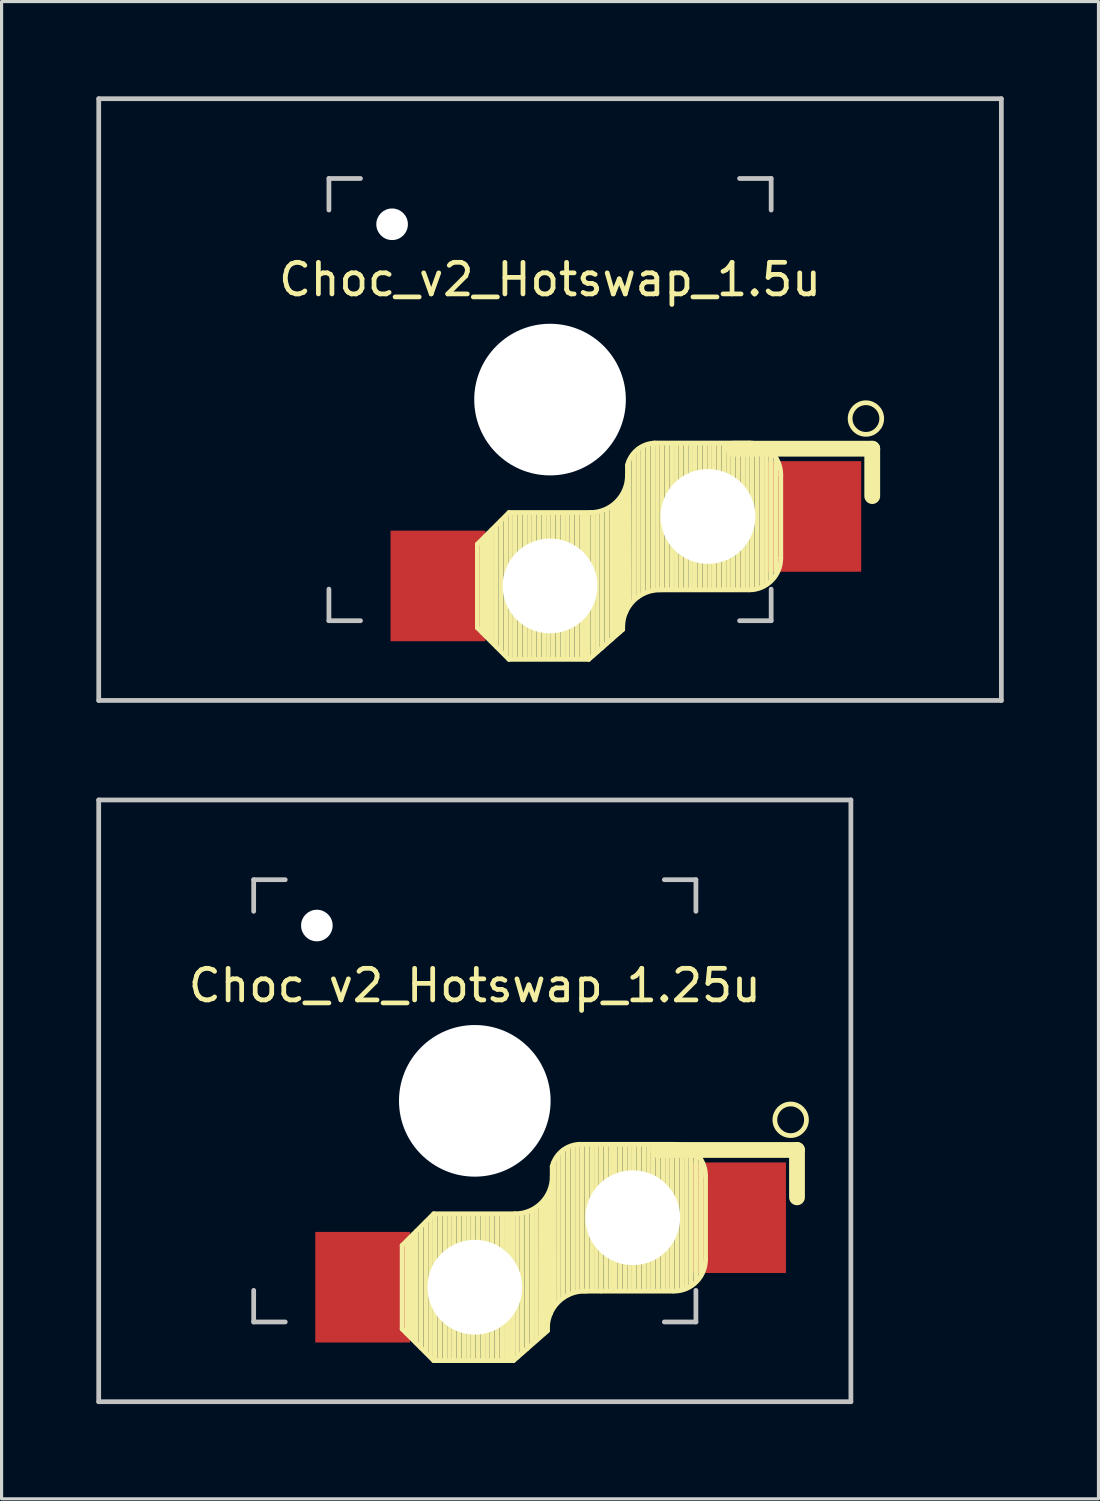
<source format=kicad_pcb>
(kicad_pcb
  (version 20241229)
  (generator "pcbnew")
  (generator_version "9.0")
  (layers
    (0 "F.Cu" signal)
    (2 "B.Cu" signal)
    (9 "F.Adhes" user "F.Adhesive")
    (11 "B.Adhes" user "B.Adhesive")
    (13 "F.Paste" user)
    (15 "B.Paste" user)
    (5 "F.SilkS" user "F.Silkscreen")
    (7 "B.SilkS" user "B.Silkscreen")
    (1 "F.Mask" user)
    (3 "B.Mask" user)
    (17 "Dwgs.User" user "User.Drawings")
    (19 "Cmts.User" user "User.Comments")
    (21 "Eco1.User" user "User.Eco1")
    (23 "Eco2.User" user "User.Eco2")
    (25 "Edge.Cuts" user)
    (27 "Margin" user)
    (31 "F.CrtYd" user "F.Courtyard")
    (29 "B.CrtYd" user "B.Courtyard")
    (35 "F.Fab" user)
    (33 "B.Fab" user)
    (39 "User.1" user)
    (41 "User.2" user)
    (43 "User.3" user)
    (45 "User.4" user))
  (footprint "Choc_v2_Hotswap_1.25u"
    (layer "F.Cu")
    (at 11.981 31.8)
    (property "Reference" "Choc_v2_Hotswap_1.25u" (at 0 -3.65 180) (layer "F.SilkS") (effects (font (size 1 1) (thickness 0.15))))
    (attr through_hole)
    (fp_line (start -2.3 7.225) (end -2.3 4.575) (stroke (width 0.15) (type solid)) (layer "F.SilkS"))
    (fp_line (start -2.15 4.44) (end -2.15 7.37) (stroke (width 0.15) (type solid)) (layer "F.SilkS"))
    (fp_line (start -2.05 4.33) (end -2.05 7.45) (stroke (width 0.15) (type solid)) (layer "F.SilkS"))
    (fp_line (start -1.95 4.23) (end -1.95 7.56) (stroke (width 0.15) (type solid)) (layer "F.SilkS"))
    (fp_line (start -1.85 4.13) (end -1.85 7.66) (stroke (width 0.15) (type solid)) (layer "F.SilkS"))
    (fp_line (start -1.7 3.99) (end -1.7 7.82) (stroke (width 0.15) (type solid)) (layer "F.SilkS"))
    (fp_line (start -1.55 3.83) (end -1.55 7.95) (stroke (width 0.15) (type solid)) (layer "F.SilkS"))
    (fp_line (start -1.4 3.7) (end -1.4 8.09) (stroke (width 0.15) (type solid)) (layer "F.SilkS"))
    (fp_line (start -1.3 3.575) (end -2.3 4.575) (stroke (width 0.15) (type solid)) (layer "F.SilkS"))
    (fp_line (start -1.3 8.225) (end -2.3 7.225) (stroke (width 0.15) (type solid)) (layer "F.SilkS"))
    (fp_line (start -1.25 3.6) (end -1.25 8.2) (stroke (width 0.15) (type solid)) (layer "F.SilkS"))
    (fp_line (start -1.1 3.6) (end -1.1 8.2) (stroke (width 0.15) (type solid)) (layer "F.SilkS"))
    (fp_line (start -0.95 3.6) (end -0.95 8.2) (stroke (width 0.15) (type solid)) (layer "F.SilkS"))
    (fp_line (start -0.8 3.6) (end -0.8 8.2) (stroke (width 0.15) (type solid)) (layer "F.SilkS"))
    (fp_line (start -0.65 3.6) (end -0.65 8.2) (stroke (width 0.15) (type solid)) (layer "F.SilkS"))
    (fp_line (start -0.5 3.6) (end -0.5 8.2) (stroke (width 0.15) (type solid)) (layer "F.SilkS"))
    (fp_line (start -0.35 3.6) (end -0.35 8.2) (stroke (width 0.15) (type solid)) (layer "F.SilkS"))
    (fp_line (start -0.2 3.6) (end -0.2 8.2) (stroke (width 0.15) (type solid)) (layer "F.SilkS"))
    (fp_line (start -0.05 3.6) (end -0.05 8.2) (stroke (width 0.15) (type solid)) (layer "F.SilkS"))
    (fp_line (start 0.1 3.6) (end 0.1 8.2) (stroke (width 0.15) (type solid)) (layer "F.SilkS"))
    (fp_line (start 0.25 3.6) (end 0.25 8.2) (stroke (width 0.15) (type solid)) (layer "F.SilkS"))
    (fp_line (start 0.4 3.6) (end 0.4 8.2) (stroke (width 0.15) (type solid)) (layer "F.SilkS"))
    (fp_line (start 0.55 3.6) (end 0.55 8.2) (stroke (width 0.15) (type solid)) (layer "F.SilkS"))
    (fp_line (start 0.7 3.6) (end 0.7 8.2) (stroke (width 0.15) (type solid)) (layer "F.SilkS"))
    (fp_line (start 0.85 3.6) (end 0.85 8.2) (stroke (width 0.15) (type solid)) (layer "F.SilkS"))
    (fp_line (start 1 3.6) (end 1 8.2) (stroke (width 0.15) (type solid)) (layer "F.SilkS"))
    (fp_line (start 1.11 3.6) (end 1.11 8.2) (stroke (width 0.15) (type solid)) (layer "F.SilkS"))
    (fp_line (start 1.2 3.6) (end 1.2 8.2) (stroke (width 0.15) (type solid)) (layer "F.SilkS"))
    (fp_line (start 1.225 8.225) (end -1.3 8.225) (stroke (width 0.15) (type solid)) (layer "F.SilkS"))
    (fp_line (start 1.225 8.225) (end 2.3 7.28) (stroke (width 0.15) (type solid)) (layer "F.SilkS"))
    (fp_line (start 1.275 3.575) (end -1.3 3.575) (stroke (width 0.15) (type solid)) (layer "F.SilkS"))
    (fp_line (start 1.35 3.65) (end 1.35 8.11) (stroke (width 0.15) (type solid)) (layer "F.SilkS"))
    (fp_line (start 1.5 3.6) (end 1.5 7.98) (stroke (width 0.15) (type solid)) (layer "F.SilkS"))
    (fp_line (start 1.65 3.55) (end 1.65 7.85) (stroke (width 0.15) (type solid)) (layer "F.SilkS"))
    (fp_line (start 1.8 3.5) (end 1.8 7.7) (stroke (width 0.15) (type solid)) (layer "F.SilkS"))
    (fp_line (start 1.95 3.4) (end 1.95 7.58) (stroke (width 0.15) (type solid)) (layer "F.SilkS"))
    (fp_line (start 2.1 3.35) (end 2.1 7.35) (stroke (width 0.15) (type solid)) (layer "F.SilkS"))
    (fp_line (start 2.1 3.45) (end 2.09 7.45) (stroke (width 0.15) (type solid)) (layer "F.SilkS"))
    (fp_line (start 2.2 3.25) (end 2.2 7.27) (stroke (width 0.15) (type solid)) (layer "F.SilkS"))
    (fp_line (start 2.2 3.4) (end 2.2 7.36) (stroke (width 0.15) (type solid)) (layer "F.SilkS"))
    (fp_line (start 2.3 3.05) (end 2.3 7.28) (stroke (width 0.15) (type solid)) (layer "F.SilkS"))
    (fp_line (start 2.4 2.9) (end 2.4 6.73) (stroke (width 0.15) (type solid)) (layer "F.SilkS"))
    (fp_line (start 2.45 2.077) (end 2.45 2.4) (stroke (width 0.15) (type default)) (layer "F.SilkS"))
    (fp_line (start 2.5 1.95) (end 2.51 6.5) (stroke (width 0.15) (type solid)) (layer "F.SilkS"))
    (fp_line (start 2.65 1.75) (end 2.65 6.32) (stroke (width 0.15) (type solid)) (layer "F.SilkS"))
    (fp_line (start 2.8 1.56) (end 2.8 6.23) (stroke (width 0.15) (type solid)) (layer "F.SilkS"))
    (fp_line (start 2.95 1.48) (end 2.95 6.14) (stroke (width 0.15) (type solid)) (layer "F.SilkS"))
    (fp_line (start 3.1 1.43) (end 3.1 6.07) (stroke (width 0.15) (type solid)) (layer "F.SilkS"))
    (fp_line (start 3.25 1.4) (end 3.25 6.04) (stroke (width 0.15) (type solid)) (layer "F.SilkS"))
    (fp_line (start 3.4 1.38) (end 3.4 6.02) (stroke (width 0.15) (type solid)) (layer "F.SilkS"))
    (fp_line (start 3.55 1.39) (end 3.55 6.02) (stroke (width 0.15) (type solid)) (layer "F.SilkS"))
    (fp_line (start 3.7 1.45) (end 3.7 6) (stroke (width 0.15) (type solid)) (layer "F.SilkS"))
    (fp_line (start 3.85 1.4) (end 3.85 6.01) (stroke (width 0.15) (type solid)) (layer "F.SilkS"))
    (fp_line (start 4 1.4) (end 4 6.02) (stroke (width 0.15) (type solid)) (layer "F.SilkS"))
    (fp_line (start 4.15 1.45) (end 4.15 6) (stroke (width 0.15) (type solid)) (layer "F.SilkS"))
    (fp_line (start 4.3 1.4) (end 4.3 6) (stroke (width 0.15) (type solid)) (layer "F.SilkS"))
    (fp_line (start 4.45 1.4) (end 4.45 6) (stroke (width 0.15) (type solid)) (layer "F.SilkS"))
    (fp_line (start 4.6 1.4) (end 4.6 6) (stroke (width 0.15) (type solid)) (layer "F.SilkS"))
    (fp_line (start 4.75 1.4) (end 4.75 6) (stroke (width 0.15) (type solid)) (layer "F.SilkS"))
    (fp_line (start 4.9 1.4) (end 4.9 6) (stroke (width 0.15) (type solid)) (layer "F.SilkS"))
    (fp_line (start 5.05 1.4) (end 5.05 6) (stroke (width 0.15) (type solid)) (layer "F.SilkS"))
    (fp_line (start 5.2 1.4) (end 5.2 6) (stroke (width 0.15) (type solid)) (layer "F.SilkS"))
    (fp_line (start 5.35 1.4) (end 5.35 6) (stroke (width 0.15) (type solid)) (layer "F.SilkS"))
    (fp_line (start 5.5 1.4) (end 5.5 6) (stroke (width 0.15) (type solid)) (layer "F.SilkS"))
    (fp_line (start 5.65 1.4) (end 5.65 6) (stroke (width 0.15) (type solid)) (layer "F.SilkS"))
    (fp_line (start 5.8 1.4) (end 5.8 6) (stroke (width 0.15) (type solid)) (layer "F.SilkS"))
    (fp_line (start 5.95 1.4) (end 5.95 6) (stroke (width 0.15) (type solid)) (layer "F.SilkS"))
    (fp_line (start 6.1 1.4) (end 6.1 6) (stroke (width 0.15) (type solid)) (layer "F.SilkS"))
    (fp_line (start 6.25 1.4) (end 6.25 6) (stroke (width 0.15) (type solid)) (layer "F.SilkS"))
    (fp_line (start 6.275 1.375) (end 3.311 1.375) (stroke (width 0.15) (type solid)) (layer "F.SilkS"))
    (fp_line (start 6.275 6.025) (end 3.475 6.025) (stroke (width 0.15) (type solid)) (layer "F.SilkS"))
    (fp_line (start 6.4 1.5) (end 6.4 6.01) (stroke (width 0.15) (type solid)) (layer "F.SilkS"))
    (fp_line (start 6.55 1.65) (end 6.55 5.97) (stroke (width 0.15) (type solid)) (layer "F.SilkS"))
    (fp_line (start 6.7 1.8) (end 6.7 5.92) (stroke (width 0.15) (type solid)) (layer "F.SilkS"))
    (fp_line (start 6.85 1.7) (end 6.85 5.84) (stroke (width 0.15) (type solid)) (layer "F.SilkS"))
    (fp_line (start 7 1.73) (end 7 5.7) (stroke (width 0.15) (type solid)) (layer "F.SilkS"))
    (fp_line (start 7.15 1.85) (end 7.15 5.53) (stroke (width 0.15) (type solid)) (layer "F.SilkS"))
    (fp_line (start 7.305 5.025) (end 7.305 2.375) (stroke (width 0.15) (type solid)) (layer "F.SilkS"))
    (fp_line (start 10.2 1.555) (end 5.8 1.555) (stroke (width 0.5) (type default)) (layer "F.SilkS"))
    (fp_line (start 10.2 3.055) (end 10.2 1.555) (stroke (width 0.5) (type default)) (layer "F.SilkS"))
    (fp_arc (start 2.3 7.2) (mid 2.64415 6.36915) (end 3.475 6.025) (stroke (width 0.15) (type solid)) (layer "F.SilkS"))
    (fp_arc (start 2.45 2.076887) (mid 2.763915 1.58277) (end 3.311204 1.375) (stroke (width 0.15) (type solid)) (layer "F.SilkS"))
    (fp_arc (start 2.45 2.4) (mid 2.10585 3.23085) (end 1.275 3.575) (stroke (width 0.15) (type solid)) (layer "F.SilkS"))
    (fp_arc (start 6.305 1.375) (mid 7.012107 1.667893) (end 7.305 2.375) (stroke (width 0.15) (type solid)) (layer "F.SilkS"))
    (fp_arc (start 7.305 5.025) (mid 7.012107 5.732107) (end 6.305 6.025) (stroke (width 0.15) (type solid)) (layer "F.SilkS"))
    (fp_circle (center 10 0.6) (end 9.5 0.6) (stroke (width 0.15) (type default)) (fill no) (layer "F.SilkS"))
    (fp_line (start -11.906 -9.525) (end 11.906 -9.525) (stroke (width 0.15) (type solid)) (layer "Dwgs.User"))
    (fp_line (start -11.906 9.525) (end -11.906 -9.525) (stroke (width 0.15) (type solid)) (layer "Dwgs.User"))
    (fp_line (start -7 -7) (end -7 -6) (stroke (width 0.15) (type solid)) (layer "Dwgs.User"))
    (fp_line (start -7 6) (end -7 7) (stroke (width 0.15) (type solid)) (layer "Dwgs.User"))
    (fp_line (start -7 7) (end -6 7) (stroke (width 0.15) (type solid)) (layer "Dwgs.User"))
    (fp_line (start -6 -7) (end -7 -7) (stroke (width 0.15) (type solid)) (layer "Dwgs.User"))
    (fp_line (start 6 -7) (end 7 -7) (stroke (width 0.15) (type solid)) (layer "Dwgs.User"))
    (fp_line (start 7 -7) (end 7 -6) (stroke (width 0.15) (type solid)) (layer "Dwgs.User"))
    (fp_line (start 7 6) (end 7 7) (stroke (width 0.15) (type solid)) (layer "Dwgs.User"))
    (fp_line (start 7 7) (end 6 7) (stroke (width 0.15) (type solid)) (layer "Dwgs.User"))
    (fp_line (start 11.906 -9.525) (end 11.906 9.525) (stroke (width 0.15) (type solid)) (layer "Dwgs.User"))
    (fp_line (start 11.906 9.525) (end -11.906 9.525) (stroke (width 0.15) (type solid)) (layer "Dwgs.User"))
    (pad "" np_thru_hole circle (at -5 -5.55) (size 1 1) (drill oval 1) (layers "*.Cu" "*.Mask"))
    (pad "" np_thru_hole circle (at 0 0 270) (size 4.8 4.8) (drill 4.8) (layers "*.Cu" "*.Mask"))
    (pad "" np_thru_hole circle (at 0 5.9 270) (size 3 3) (drill 3) (layers "*.Cu" "*.Mask"))
    (pad "" np_thru_hole circle (at 5 3.7 270) (size 3 3) (drill 3) (layers "*.Cu" "*.Mask"))
    (pad "1" smd rect (at 8.35 3.7 180) (size 3 3.5) (layers "F.Cu" "F.Mask" "F.Paste"))
    (pad "2" smd rect (at -3.55 5.9 180) (size 3 3.5) (layers "F.Cu" "F.Mask" "F.Paste")))
  (footprint "Choc_v2_Hotswap_1.5u"
    (layer "F.Cu")
    (at 14.363 9.6)
    (property "Reference" "Choc_v2_Hotswap_1.5u" (at 0 -3.8 180) (layer "F.SilkS") (effects (font (size 1 1) (thickness 0.15))))
    (attr through_hole)
    (fp_line (start -2.3 7.225) (end -2.3 4.575) (stroke (width 0.15) (type solid)) (layer "F.SilkS"))
    (fp_line (start -2.15 4.44) (end -2.15 7.37) (stroke (width 0.15) (type solid)) (layer "F.SilkS"))
    (fp_line (start -2.05 4.33) (end -2.05 7.45) (stroke (width 0.15) (type solid)) (layer "F.SilkS"))
    (fp_line (start -1.95 4.23) (end -1.95 7.56) (stroke (width 0.15) (type solid)) (layer "F.SilkS"))
    (fp_line (start -1.85 4.13) (end -1.85 7.66) (stroke (width 0.15) (type solid)) (layer "F.SilkS"))
    (fp_line (start -1.7 3.99) (end -1.7 7.82) (stroke (width 0.15) (type solid)) (layer "F.SilkS"))
    (fp_line (start -1.55 3.83) (end -1.55 7.95) (stroke (width 0.15) (type solid)) (layer "F.SilkS"))
    (fp_line (start -1.4 3.7) (end -1.4 8.09) (stroke (width 0.15) (type solid)) (layer "F.SilkS"))
    (fp_line (start -1.3 3.575) (end -2.3 4.575) (stroke (width 0.15) (type solid)) (layer "F.SilkS"))
    (fp_line (start -1.3 8.225) (end -2.3 7.225) (stroke (width 0.15) (type solid)) (layer "F.SilkS"))
    (fp_line (start -1.25 3.6) (end -1.25 8.2) (stroke (width 0.15) (type solid)) (layer "F.SilkS"))
    (fp_line (start -1.1 3.6) (end -1.1 8.2) (stroke (width 0.15) (type solid)) (layer "F.SilkS"))
    (fp_line (start -0.95 3.6) (end -0.95 8.2) (stroke (width 0.15) (type solid)) (layer "F.SilkS"))
    (fp_line (start -0.8 3.6) (end -0.8 8.2) (stroke (width 0.15) (type solid)) (layer "F.SilkS"))
    (fp_line (start -0.65 3.6) (end -0.65 8.2) (stroke (width 0.15) (type solid)) (layer "F.SilkS"))
    (fp_line (start -0.5 3.6) (end -0.5 8.2) (stroke (width 0.15) (type solid)) (layer "F.SilkS"))
    (fp_line (start -0.35 3.6) (end -0.35 8.2) (stroke (width 0.15) (type solid)) (layer "F.SilkS"))
    (fp_line (start -0.2 3.6) (end -0.2 8.2) (stroke (width 0.15) (type solid)) (layer "F.SilkS"))
    (fp_line (start -0.05 3.6) (end -0.05 8.2) (stroke (width 0.15) (type solid)) (layer "F.SilkS"))
    (fp_line (start 0.1 3.6) (end 0.1 8.2) (stroke (width 0.15) (type solid)) (layer "F.SilkS"))
    (fp_line (start 0.25 3.6) (end 0.25 8.2) (stroke (width 0.15) (type solid)) (layer "F.SilkS"))
    (fp_line (start 0.4 3.6) (end 0.4 8.2) (stroke (width 0.15) (type solid)) (layer "F.SilkS"))
    (fp_line (start 0.55 3.6) (end 0.55 8.2) (stroke (width 0.15) (type solid)) (layer "F.SilkS"))
    (fp_line (start 0.7 3.6) (end 0.7 8.2) (stroke (width 0.15) (type solid)) (layer "F.SilkS"))
    (fp_line (start 0.85 3.6) (end 0.85 8.2) (stroke (width 0.15) (type solid)) (layer "F.SilkS"))
    (fp_line (start 1 3.6) (end 1 8.2) (stroke (width 0.15) (type solid)) (layer "F.SilkS"))
    (fp_line (start 1.11 3.6) (end 1.11 8.2) (stroke (width 0.15) (type solid)) (layer "F.SilkS"))
    (fp_line (start 1.2 3.6) (end 1.2 8.2) (stroke (width 0.15) (type solid)) (layer "F.SilkS"))
    (fp_line (start 1.225 8.225) (end -1.3 8.225) (stroke (width 0.15) (type solid)) (layer "F.SilkS"))
    (fp_line (start 1.225 8.225) (end 2.3 7.28) (stroke (width 0.15) (type solid)) (layer "F.SilkS"))
    (fp_line (start 1.275 3.575) (end -1.3 3.575) (stroke (width 0.15) (type solid)) (layer "F.SilkS"))
    (fp_line (start 1.35 3.65) (end 1.35 8.11) (stroke (width 0.15) (type solid)) (layer "F.SilkS"))
    (fp_line (start 1.5 3.6) (end 1.5 7.98) (stroke (width 0.15) (type solid)) (layer "F.SilkS"))
    (fp_line (start 1.65 3.55) (end 1.65 7.85) (stroke (width 0.15) (type solid)) (layer "F.SilkS"))
    (fp_line (start 1.8 3.5) (end 1.8 7.7) (stroke (width 0.15) (type solid)) (layer "F.SilkS"))
    (fp_line (start 1.95 3.4) (end 1.95 7.58) (stroke (width 0.15) (type solid)) (layer "F.SilkS"))
    (fp_line (start 2.1 3.35) (end 2.1 7.35) (stroke (width 0.15) (type solid)) (layer "F.SilkS"))
    (fp_line (start 2.1 3.45) (end 2.09 7.45) (stroke (width 0.15) (type solid)) (layer "F.SilkS"))
    (fp_line (start 2.2 3.25) (end 2.2 7.27) (stroke (width 0.15) (type solid)) (layer "F.SilkS"))
    (fp_line (start 2.2 3.4) (end 2.2 7.36) (stroke (width 0.15) (type solid)) (layer "F.SilkS"))
    (fp_line (start 2.3 3.05) (end 2.3 7.28) (stroke (width 0.15) (type solid)) (layer "F.SilkS"))
    (fp_line (start 2.4 2.9) (end 2.4 6.73) (stroke (width 0.15) (type solid)) (layer "F.SilkS"))
    (fp_line (start 2.45 2.077) (end 2.45 2.4) (stroke (width 0.15) (type default)) (layer "F.SilkS"))
    (fp_line (start 2.5 1.95) (end 2.51 6.5) (stroke (width 0.15) (type solid)) (layer "F.SilkS"))
    (fp_line (start 2.65 1.75) (end 2.65 6.32) (stroke (width 0.15) (type solid)) (layer "F.SilkS"))
    (fp_line (start 2.8 1.56) (end 2.8 6.23) (stroke (width 0.15) (type solid)) (layer "F.SilkS"))
    (fp_line (start 2.95 1.48) (end 2.95 6.14) (stroke (width 0.15) (type solid)) (layer "F.SilkS"))
    (fp_line (start 3.1 1.43) (end 3.1 6.07) (stroke (width 0.15) (type solid)) (layer "F.SilkS"))
    (fp_line (start 3.25 1.4) (end 3.25 6.04) (stroke (width 0.15) (type solid)) (layer "F.SilkS"))
    (fp_line (start 3.4 1.38) (end 3.4 6.02) (stroke (width 0.15) (type solid)) (layer "F.SilkS"))
    (fp_line (start 3.55 1.39) (end 3.55 6.02) (stroke (width 0.15) (type solid)) (layer "F.SilkS"))
    (fp_line (start 3.7 1.45) (end 3.7 6) (stroke (width 0.15) (type solid)) (layer "F.SilkS"))
    (fp_line (start 3.85 1.4) (end 3.85 6.01) (stroke (width 0.15) (type solid)) (layer "F.SilkS"))
    (fp_line (start 4 1.4) (end 4 6.02) (stroke (width 0.15) (type solid)) (layer "F.SilkS"))
    (fp_line (start 4.15 1.45) (end 4.15 6) (stroke (width 0.15) (type solid)) (layer "F.SilkS"))
    (fp_line (start 4.3 1.4) (end 4.3 6) (stroke (width 0.15) (type solid)) (layer "F.SilkS"))
    (fp_line (start 4.45 1.4) (end 4.45 6) (stroke (width 0.15) (type solid)) (layer "F.SilkS"))
    (fp_line (start 4.6 1.4) (end 4.6 6) (stroke (width 0.15) (type solid)) (layer "F.SilkS"))
    (fp_line (start 4.75 1.4) (end 4.75 6) (stroke (width 0.15) (type solid)) (layer "F.SilkS"))
    (fp_line (start 4.9 1.4) (end 4.9 6) (stroke (width 0.15) (type solid)) (layer "F.SilkS"))
    (fp_line (start 5.05 1.4) (end 5.05 6) (stroke (width 0.15) (type solid)) (layer "F.SilkS"))
    (fp_line (start 5.2 1.4) (end 5.2 6) (stroke (width 0.15) (type solid)) (layer "F.SilkS"))
    (fp_line (start 5.35 1.4) (end 5.35 6) (stroke (width 0.15) (type solid)) (layer "F.SilkS"))
    (fp_line (start 5.5 1.4) (end 5.5 6) (stroke (width 0.15) (type solid)) (layer "F.SilkS"))
    (fp_line (start 5.65 1.4) (end 5.65 6) (stroke (width 0.15) (type solid)) (layer "F.SilkS"))
    (fp_line (start 5.8 1.4) (end 5.8 6) (stroke (width 0.15) (type solid)) (layer "F.SilkS"))
    (fp_line (start 5.95 1.4) (end 5.95 6) (stroke (width 0.15) (type solid)) (layer "F.SilkS"))
    (fp_line (start 6.1 1.4) (end 6.1 6) (stroke (width 0.15) (type solid)) (layer "F.SilkS"))
    (fp_line (start 6.25 1.4) (end 6.25 6) (stroke (width 0.15) (type solid)) (layer "F.SilkS"))
    (fp_line (start 6.275 1.375) (end 3.311 1.375) (stroke (width 0.15) (type solid)) (layer "F.SilkS"))
    (fp_line (start 6.275 6.025) (end 3.475 6.025) (stroke (width 0.15) (type solid)) (layer "F.SilkS"))
    (fp_line (start 6.4 1.5) (end 6.4 6.01) (stroke (width 0.15) (type solid)) (layer "F.SilkS"))
    (fp_line (start 6.55 1.65) (end 6.55 5.97) (stroke (width 0.15) (type solid)) (layer "F.SilkS"))
    (fp_line (start 6.7 1.8) (end 6.7 5.92) (stroke (width 0.15) (type solid)) (layer "F.SilkS"))
    (fp_line (start 6.85 1.7) (end 6.85 5.84) (stroke (width 0.15) (type solid)) (layer "F.SilkS"))
    (fp_line (start 7 1.73) (end 7 5.7) (stroke (width 0.15) (type solid)) (layer "F.SilkS"))
    (fp_line (start 7.15 1.85) (end 7.15 5.53) (stroke (width 0.15) (type solid)) (layer "F.SilkS"))
    (fp_line (start 7.305 5.025) (end 7.305 2.375) (stroke (width 0.15) (type solid)) (layer "F.SilkS"))
    (fp_line (start 10.2 1.555) (end 5.8 1.555) (stroke (width 0.5) (type default)) (layer "F.SilkS"))
    (fp_line (start 10.2 3.055) (end 10.2 1.555) (stroke (width 0.5) (type default)) (layer "F.SilkS"))
    (fp_arc (start 2.3 7.2) (mid 2.64415 6.36915) (end 3.475 6.025) (stroke (width 0.15) (type solid)) (layer "F.SilkS"))
    (fp_arc (start 2.45 2.076887) (mid 2.763915 1.58277) (end 3.311204 1.375) (stroke (width 0.15) (type solid)) (layer "F.SilkS"))
    (fp_arc (start 2.45 2.4) (mid 2.10585 3.23085) (end 1.275 3.575) (stroke (width 0.15) (type solid)) (layer "F.SilkS"))
    (fp_arc (start 6.305 1.375) (mid 7.012107 1.667893) (end 7.305 2.375) (stroke (width 0.15) (type solid)) (layer "F.SilkS"))
    (fp_arc (start 7.305 5.025) (mid 7.012107 5.732107) (end 6.305 6.025) (stroke (width 0.15) (type solid)) (layer "F.SilkS"))
    (fp_circle (center 10 0.6) (end 9.5 0.6) (stroke (width 0.15) (type default)) (fill no) (layer "F.SilkS"))
    (fp_line (start -14.287 -9.525) (end 14.287 -9.525) (stroke (width 0.15) (type solid)) (layer "Dwgs.User"))
    (fp_line (start -14.287 9.525) (end -14.287 -9.525) (stroke (width 0.15) (type solid)) (layer "Dwgs.User"))
    (fp_line (start -7 -7) (end -7 -6) (stroke (width 0.15) (type solid)) (layer "Dwgs.User"))
    (fp_line (start -7 6) (end -7 7) (stroke (width 0.15) (type solid)) (layer "Dwgs.User"))
    (fp_line (start -7 7) (end -6 7) (stroke (width 0.15) (type solid)) (layer "Dwgs.User"))
    (fp_line (start -6 -7) (end -7 -7) (stroke (width 0.15) (type solid)) (layer "Dwgs.User"))
    (fp_line (start 6 -7) (end 7 -7) (stroke (width 0.15) (type solid)) (layer "Dwgs.User"))
    (fp_line (start 7 -7) (end 7 -6) (stroke (width 0.15) (type solid)) (layer "Dwgs.User"))
    (fp_line (start 7 6) (end 7 7) (stroke (width 0.15) (type solid)) (layer "Dwgs.User"))
    (fp_line (start 7 7) (end 6 7) (stroke (width 0.15) (type solid)) (layer "Dwgs.User"))
    (fp_line (start 14.287 -9.525) (end 14.287 9.525) (stroke (width 0.15) (type solid)) (layer "Dwgs.User"))
    (fp_line (start 14.287 9.525) (end -14.287 9.525) (stroke (width 0.15) (type solid)) (layer "Dwgs.User"))
    (pad "" np_thru_hole circle (at -5 -5.55) (size 1 1) (drill oval 1) (layers "*.Cu" "*.Mask"))
    (pad "" np_thru_hole circle (at 0 0 270) (size 4.8 4.8) (drill 4.8) (layers "*.Cu" "*.Mask"))
    (pad "" np_thru_hole circle (at 0 5.9 270) (size 3 3) (drill 3) (layers "*.Cu" "*.Mask"))
    (pad "" np_thru_hole circle (at 5 3.7 270) (size 3 3) (drill 3) (layers "*.Cu" "*.Mask"))
    (pad "1" smd rect (at 8.35 3.7 180) (size 3 3.5) (layers "F.Cu" "F.Mask" "F.Paste"))
    (pad "2" smd rect (at -3.55 5.9 180) (size 3 3.5) (layers "F.Cu" "F.Mask" "F.Paste")))
  (gr_rect
    (start -3 -3)
    (end 31.725 44.4)
    (stroke (width 0.1) (type default))
    (fill no)
    (layer "Edge.Cuts")))
</source>
